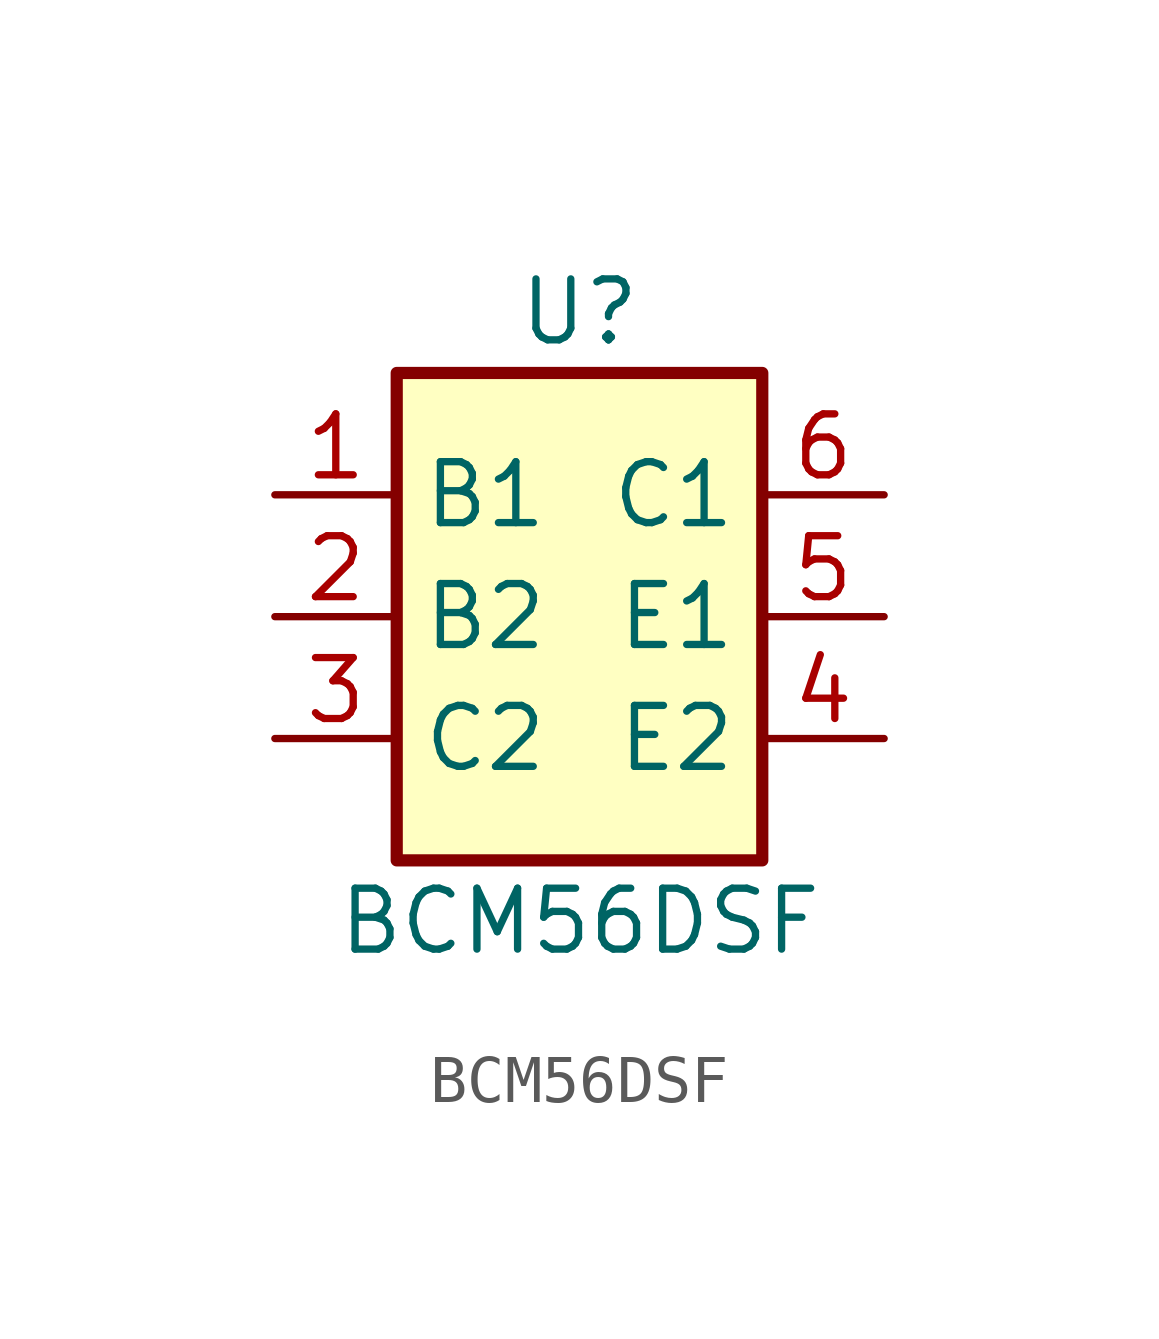
<source format=kicad_sym>
(kicad_symbol_lib
  (version 20211014)
  (generator kicad_symbol_editor)
  (symbol "BCM56DSF"
    (property "Reference" "U"
      (at 0 6.35 0)
      (effects (font (size 1.27 1.27))))
    (property "Value" "BCM56DSF"
      (at -5.08 -6.35 0)
      (effects (font (size 1.27 1.27)) (justify left)))
    (symbol "BCM56DSF_1_1"
      (rectangle (start -3.81 5.08) (end 3.81 -5.08) (stroke (width 0.254) (type default) (color 0 0 0 0)) (fill (type background)))
      (pin input line (at -6.35 2.54 0) (length 2.54) (name "B1" (effects (font (size 1.27 1.27)))) (number "1" (effects (font (size 1.27 1.27)))))
      (pin input line (at -6.35 0 0) (length 2.54) (name "B2" (effects (font (size 1.27 1.27)))) (number "2" (effects (font (size 1.27 1.27)))))
      (pin power_in line (at -6.35 -2.54 0) (length 2.54) (name "C2" (effects (font (size 1.27 1.27)))) (number "3" (effects (font (size 1.27 1.27)))))
      (pin power_out line (at 6.35 -2.54 180) (length 2.54) (name "E2" (effects (font (size 1.27 1.27)))) (number "4" (effects (font (size 1.27 1.27)))))
      (pin power_out line (at 6.35 0 180) (length 2.54) (name "E1" (effects (font (size 1.27 1.27)))) (number "5" (effects (font (size 1.27 1.27)))))
      (pin power_in line (at 6.35 2.54 180) (length 2.54) (name "C1" (effects (font (size 1.27 1.27)))) (number "6" (effects (font (size 1.27 1.27))))))))
</source>
